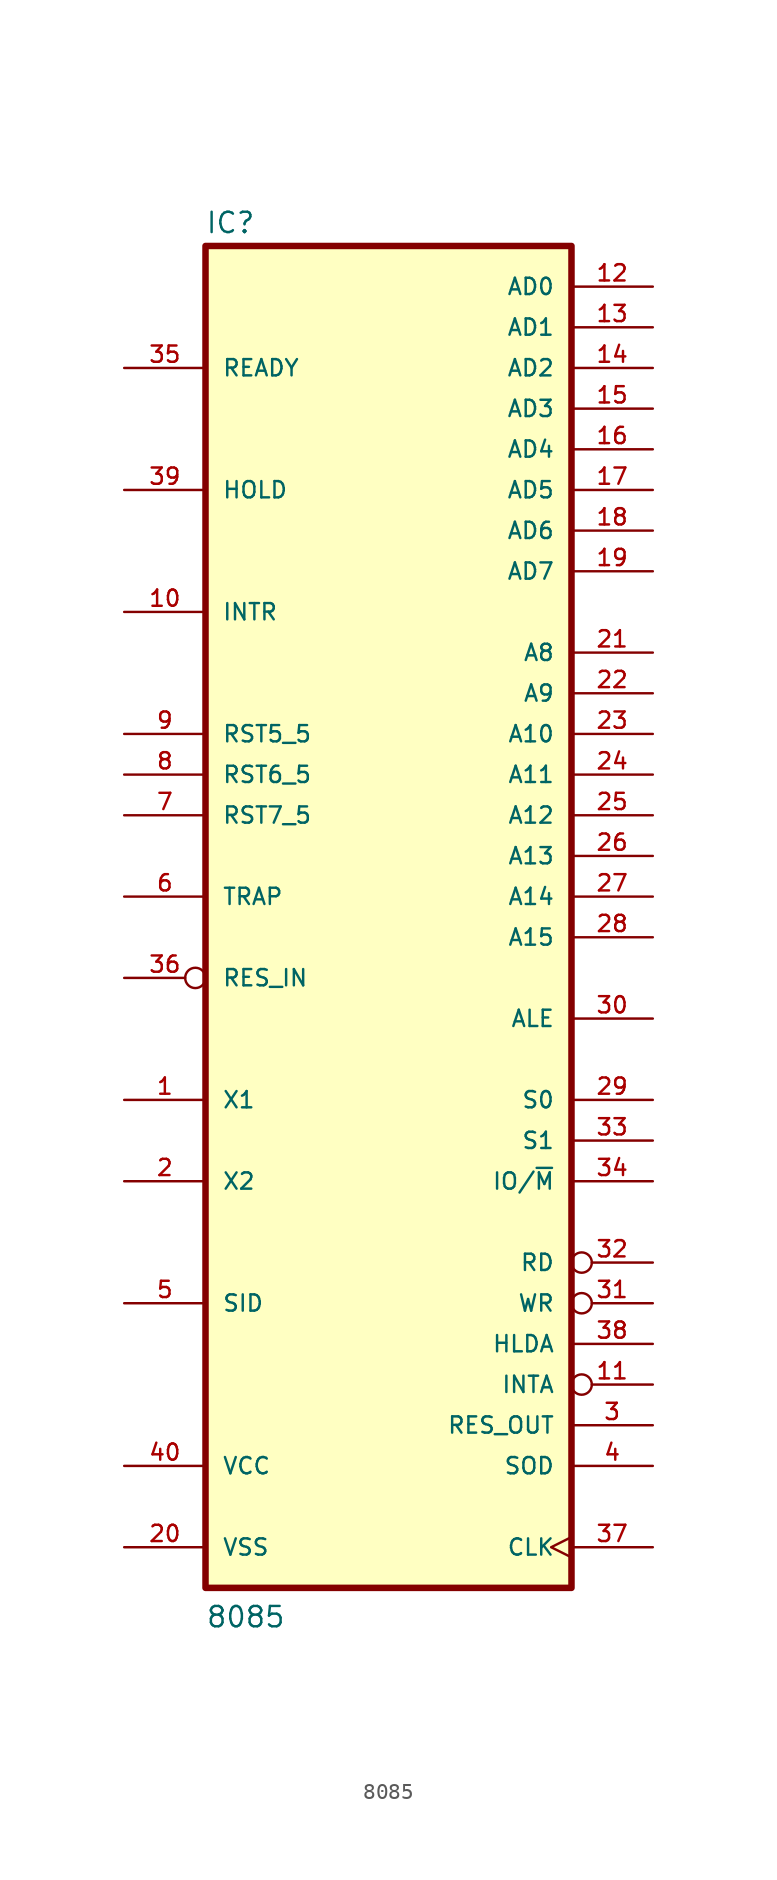
<source format=kicad_sym>
(kicad_symbol_lib
  (version 20220914)
  (generator kicad_symbol_editor)
  (symbol "8085"
    (pin_names
      (offset 1.016))
    (property "Reference" "IC"
      (at -12.721 41.344 0)
      (effects (font (size 1.27 1.27)) (justify left bottom)))
    (property "Value" "8085"
      (at -12.706 -45.741 0)
      (effects (font (size 1.27 1.27)) (justify left bottom)))
    (symbol "8085_0_0"
      (rectangle (start -12.7 -43.18) (end 10.16 40.64) (stroke (width 0.406) (type default)) (fill (type background)))
      (pin input line (at -17.78 -12.7 0) (length 5.08) (name "X1" (effects (font (size 1.016 1.016)))) (number "1" (effects (font (size 1.016 1.016)))))
      (pin input line (at -17.78 17.78 0) (length 5.08) (name "INTR" (effects (font (size 1.016 1.016)))) (number "10" (effects (font (size 1.016 1.016)))))
      (pin output inverted (at 15.24 -30.48 180) (length 5.08) (name "INTA" (effects (font (size 1.016 1.016)))) (number "11" (effects (font (size 1.016 1.016)))))
      (pin bidirectional line (at 15.24 38.1 180) (length 5.08) (name "AD0" (effects (font (size 1.016 1.016)))) (number "12" (effects (font (size 1.016 1.016)))))
      (pin bidirectional line (at 15.24 35.56 180) (length 5.08) (name "AD1" (effects (font (size 1.016 1.016)))) (number "13" (effects (font (size 1.016 1.016)))))
      (pin bidirectional line (at 15.24 33.02 180) (length 5.08) (name "AD2" (effects (font (size 1.016 1.016)))) (number "14" (effects (font (size 1.016 1.016)))))
      (pin bidirectional line (at 15.24 30.48 180) (length 5.08) (name "AD3" (effects (font (size 1.016 1.016)))) (number "15" (effects (font (size 1.016 1.016)))))
      (pin bidirectional line (at 15.24 27.94 180) (length 5.08) (name "AD4" (effects (font (size 1.016 1.016)))) (number "16" (effects (font (size 1.016 1.016)))))
      (pin bidirectional line (at 15.24 25.4 180) (length 5.08) (name "AD5" (effects (font (size 1.016 1.016)))) (number "17" (effects (font (size 1.016 1.016)))))
      (pin bidirectional line (at 15.24 22.86 180) (length 5.08) (name "AD6" (effects (font (size 1.016 1.016)))) (number "18" (effects (font (size 1.016 1.016)))))
      (pin bidirectional line (at 15.24 20.32 180) (length 5.08) (name "AD7" (effects (font (size 1.016 1.016)))) (number "19" (effects (font (size 1.016 1.016)))))
      (pin input line (at -17.78 -17.78 0) (length 5.08) (name "X2" (effects (font (size 1.016 1.016)))) (number "2" (effects (font (size 1.016 1.016)))))
      (pin power_in line (at -17.78 -40.64 0) (length 5.08) (name "VSS" (effects (font (size 1.016 1.016)))) (number "20" (effects (font (size 1.016 1.016)))))
      (pin output line (at 15.24 15.24 180) (length 5.08) (name "A8" (effects (font (size 1.016 1.016)))) (number "21" (effects (font (size 1.016 1.016)))))
      (pin output line (at 15.24 12.7 180) (length 5.08) (name "A9" (effects (font (size 1.016 1.016)))) (number "22" (effects (font (size 1.016 1.016)))))
      (pin output line (at 15.24 10.16 180) (length 5.08) (name "A10" (effects (font (size 1.016 1.016)))) (number "23" (effects (font (size 1.016 1.016)))))
      (pin output line (at 15.24 7.62 180) (length 5.08) (name "A11" (effects (font (size 1.016 1.016)))) (number "24" (effects (font (size 1.016 1.016)))))
      (pin output line (at 15.24 5.08 180) (length 5.08) (name "A12" (effects (font (size 1.016 1.016)))) (number "25" (effects (font (size 1.016 1.016)))))
      (pin output line (at 15.24 2.54 180) (length 5.08) (name "A13" (effects (font (size 1.016 1.016)))) (number "26" (effects (font (size 1.016 1.016)))))
      (pin output line (at 15.24 0 180) (length 5.08) (name "A14" (effects (font (size 1.016 1.016)))) (number "27" (effects (font (size 1.016 1.016)))))
      (pin output line (at 15.24 -2.54 180) (length 5.08) (name "A15" (effects (font (size 1.016 1.016)))) (number "28" (effects (font (size 1.016 1.016)))))
      (pin output line (at 15.24 -12.7 180) (length 5.08) (name "S0" (effects (font (size 1.016 1.016)))) (number "29" (effects (font (size 1.016 1.016)))))
      (pin output line (at 15.24 -33.02 180) (length 5.08) (name "RES_OUT" (effects (font (size 1.016 1.016)))) (number "3" (effects (font (size 1.016 1.016)))))
      (pin output line (at 15.24 -7.62 180) (length 5.08) (name "ALE" (effects (font (size 1.016 1.016)))) (number "30" (effects (font (size 1.016 1.016)))))
      (pin output inverted (at 15.24 -25.4 180) (length 5.08) (name "WR" (effects (font (size 1.016 1.016)))) (number "31" (effects (font (size 1.016 1.016)))))
      (pin output inverted (at 15.24 -22.86 180) (length 5.08) (name "RD" (effects (font (size 1.016 1.016)))) (number "32" (effects (font (size 1.016 1.016)))))
      (pin output line (at 15.24 -15.24 180) (length 5.08) (name "S1" (effects (font (size 1.016 1.016)))) (number "33" (effects (font (size 1.016 1.016)))))
      (pin output line (at 15.24 -17.78 180) (length 5.08) (name "IO/~{M}" (effects (font (size 1.016 1.016)))) (number "34" (effects (font (size 1.016 1.016)))))
      (pin input line (at -17.78 33.02 0) (length 5.08) (name "READY" (effects (font (size 1.016 1.016)))) (number "35" (effects (font (size 1.016 1.016)))))
      (pin input inverted (at -17.78 -5.08 0) (length 5.08) (name "RES_IN" (effects (font (size 1.016 1.016)))) (number "36" (effects (font (size 1.016 1.016)))))
      (pin output clock (at 15.24 -40.64 180) (length 5.08) (name "CLK" (effects (font (size 1.016 1.016)))) (number "37" (effects (font (size 1.016 1.016)))))
      (pin output line (at 15.24 -27.94 180) (length 5.08) (name "HLDA" (effects (font (size 1.016 1.016)))) (number "38" (effects (font (size 1.016 1.016)))))
      (pin input line (at -17.78 25.4 0) (length 5.08) (name "HOLD" (effects (font (size 1.016 1.016)))) (number "39" (effects (font (size 1.016 1.016)))))
      (pin output line (at 15.24 -35.56 180) (length 5.08) (name "SOD" (effects (font (size 1.016 1.016)))) (number "4" (effects (font (size 1.016 1.016)))))
      (pin power_in line (at -17.78 -35.56 0) (length 5.08) (name "VCC" (effects (font (size 1.016 1.016)))) (number "40" (effects (font (size 1.016 1.016)))))
      (pin input line (at -17.78 -25.4 0) (length 5.08) (name "SID" (effects (font (size 1.016 1.016)))) (number "5" (effects (font (size 1.016 1.016)))))
      (pin input line (at -17.78 0 0) (length 5.08) (name "TRAP" (effects (font (size 1.016 1.016)))) (number "6" (effects (font (size 1.016 1.016)))))
      (pin input line (at -17.78 5.08 0) (length 5.08) (name "RST7_5" (effects (font (size 1.016 1.016)))) (number "7" (effects (font (size 1.016 1.016)))))
      (pin input line (at -17.78 7.62 0) (length 5.08) (name "RST6_5" (effects (font (size 1.016 1.016)))) (number "8" (effects (font (size 1.016 1.016)))))
      (pin input line (at -17.78 10.16 0) (length 5.08) (name "RST5_5" (effects (font (size 1.016 1.016)))) (number "9" (effects (font (size 1.016 1.016))))))))
</source>
